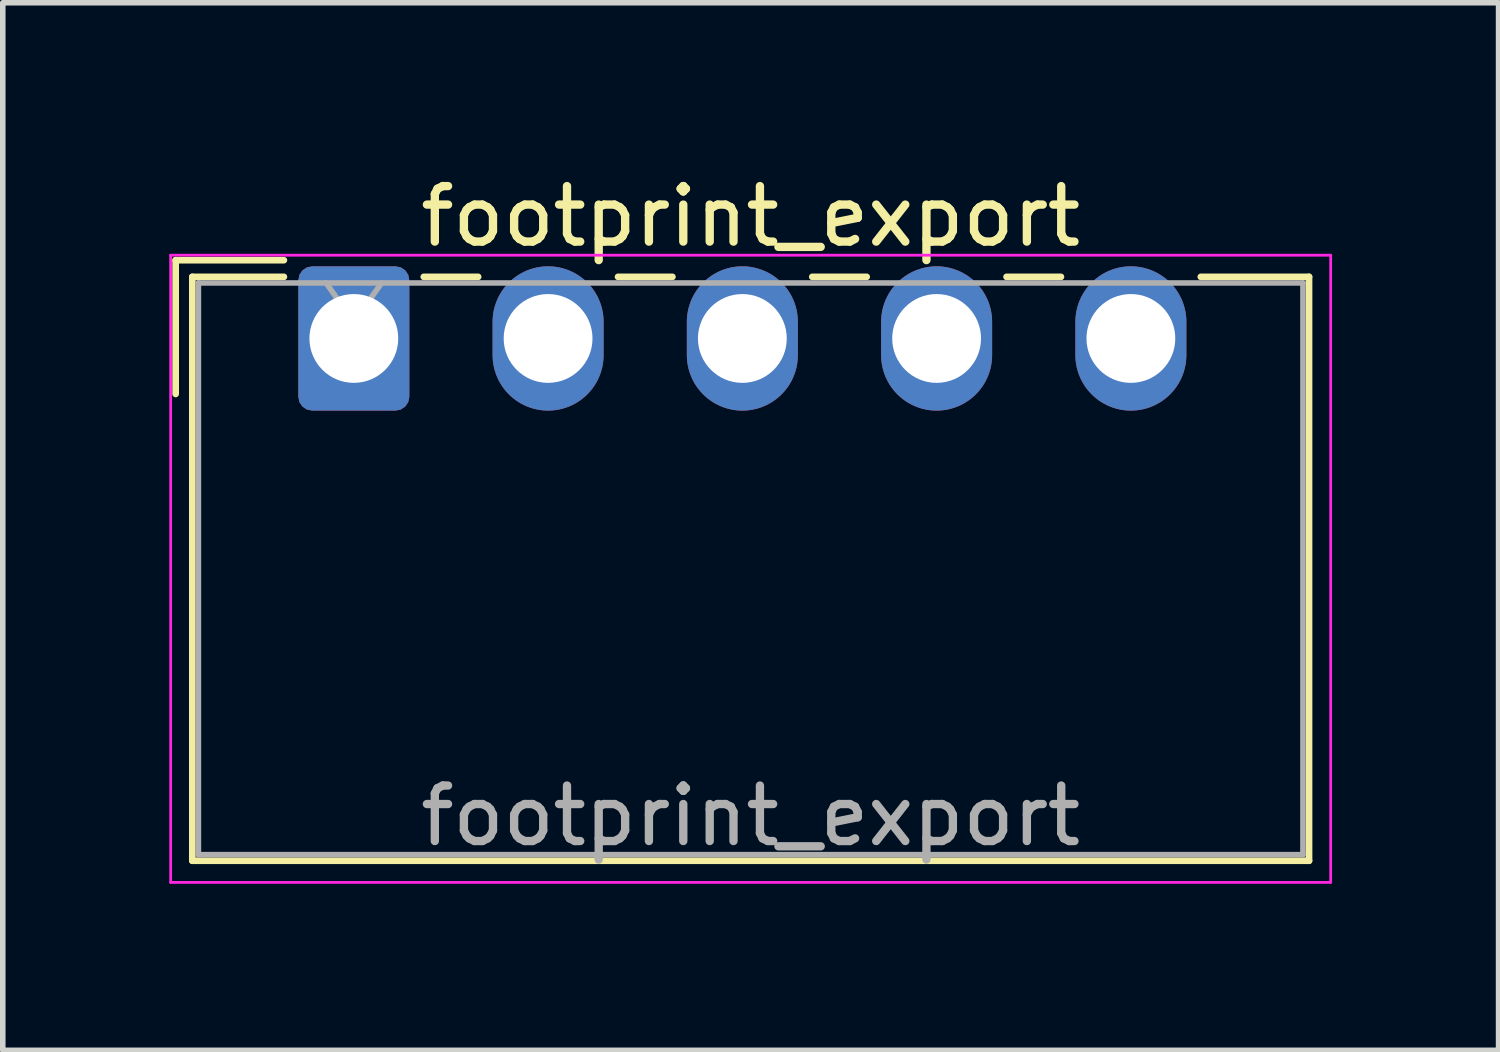
<source format=kicad_pcb>
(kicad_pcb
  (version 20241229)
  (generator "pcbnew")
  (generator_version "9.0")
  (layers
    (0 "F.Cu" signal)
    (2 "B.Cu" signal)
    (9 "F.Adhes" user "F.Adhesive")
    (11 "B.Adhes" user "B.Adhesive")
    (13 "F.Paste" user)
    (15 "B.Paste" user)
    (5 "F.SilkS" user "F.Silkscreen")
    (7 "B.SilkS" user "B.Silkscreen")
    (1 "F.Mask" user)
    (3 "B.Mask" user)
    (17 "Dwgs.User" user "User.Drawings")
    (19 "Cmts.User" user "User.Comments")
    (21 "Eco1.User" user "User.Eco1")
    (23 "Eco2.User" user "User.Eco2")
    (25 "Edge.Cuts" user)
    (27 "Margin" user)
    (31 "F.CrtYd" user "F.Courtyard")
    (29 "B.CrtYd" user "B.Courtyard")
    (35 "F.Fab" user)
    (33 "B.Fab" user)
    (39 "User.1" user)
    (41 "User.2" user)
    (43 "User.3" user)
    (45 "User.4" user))
  (footprint "footprint_export"
    (layer "F.Cu")
    (at 3.325 3.048)
    (property "Reference" "footprint_export" (at 7.15 -2.2 0) (layer "F.SilkS") (effects (font (size 1 1) (thickness 0.15))))
    (attr through_hole)
    (fp_line (start -3.21 -1.41) (end -1.26 -1.41) (stroke (width 0.12) (type solid)) (layer "F.SilkS"))
    (fp_line (start -3.21 1) (end -3.21 -1.41) (stroke (width 0.12) (type solid)) (layer "F.SilkS"))
    (fp_line (start -2.91 -1.11) (end -2.91 9.41) (stroke (width 0.12) (type solid)) (layer "F.SilkS"))
    (fp_line (start -2.91 9.41) (end 17.21 9.41) (stroke (width 0.12) (type solid)) (layer "F.SilkS"))
    (fp_line (start -1.26 -1.11) (end -2.91 -1.11) (stroke (width 0.12) (type solid)) (layer "F.SilkS"))
    (fp_line (start 1.26 -1.11) (end 2.24 -1.11) (stroke (width 0.12) (type solid)) (layer "F.SilkS"))
    (fp_line (start 4.76 -1.11) (end 5.74 -1.11) (stroke (width 0.12) (type solid)) (layer "F.SilkS"))
    (fp_line (start 8.26 -1.11) (end 9.24 -1.11) (stroke (width 0.12) (type solid)) (layer "F.SilkS"))
    (fp_line (start 11.76 -1.11) (end 12.74 -1.11) (stroke (width 0.12) (type solid)) (layer "F.SilkS"))
    (fp_line (start 17.21 -1.11) (end 15.26 -1.11) (stroke (width 0.12) (type solid)) (layer "F.SilkS"))
    (fp_line (start 17.21 9.41) (end 17.21 -1.11) (stroke (width 0.12) (type solid)) (layer "F.SilkS"))
    (fp_line (start -3.3 -1.5) (end -3.3 9.8) (stroke (width 0.05) (type solid)) (layer "F.CrtYd"))
    (fp_line (start -3.3 9.8) (end 17.6 9.8) (stroke (width 0.05) (type solid)) (layer "F.CrtYd"))
    (fp_line (start 17.6 -1.5) (end -3.3 -1.5) (stroke (width 0.05) (type solid)) (layer "F.CrtYd"))
    (fp_line (start 17.6 9.8) (end 17.6 -1.5) (stroke (width 0.05) (type solid)) (layer "F.CrtYd"))
    (fp_line (start -2.8 -1) (end -2.8 9.3) (stroke (width 0.1) (type solid)) (layer "F.Fab"))
    (fp_line (start -2.8 9.3) (end 17.1 9.3) (stroke (width 0.1) (type solid)) (layer "F.Fab"))
    (fp_line (start -0.5 -1) (end 0 -0.293) (stroke (width 0.1) (type solid)) (layer "F.Fab"))
    (fp_line (start 0 -0.293) (end 0.5 -1) (stroke (width 0.1) (type solid)) (layer "F.Fab"))
    (fp_line (start 17.1 -1) (end -2.8 -1) (stroke (width 0.1) (type solid)) (layer "F.Fab"))
    (fp_line (start 17.1 9.3) (end 17.1 -1) (stroke (width 0.1) (type solid)) (layer "F.Fab"))
    (fp_text user "${REFERENCE}" (at 7.15 8.6 0) (layer "F.Fab") (effects (font (size 1 1) (thickness 0.15))))
    (pad "1" thru_hole roundrect (at 0 0) (size 2 2.6) (drill 1.6) (layers "*.Cu" "*.Mask") (roundrect_rratio 0.125))
    (pad "2" thru_hole oval (at 3.5 0) (size 2 2.6) (drill 1.6) (layers "*.Cu" "*.Mask"))
    (pad "3" thru_hole oval (at 7 0) (size 2 2.6) (drill 1.6) (layers "*.Cu" "*.Mask"))
    (pad "4" thru_hole oval (at 10.5 0) (size 2 2.6) (drill 1.6) (layers "*.Cu" "*.Mask"))
    (pad "5" thru_hole oval (at 14 0) (size 2 2.6) (drill 1.6) (layers "*.Cu" "*.Mask")))
  (gr_rect
    (start -3 -3)
    (end 23.95 15.873)
    (stroke (width 0.1) (type default))
    (fill no)
    (layer "Edge.Cuts")))
</source>
